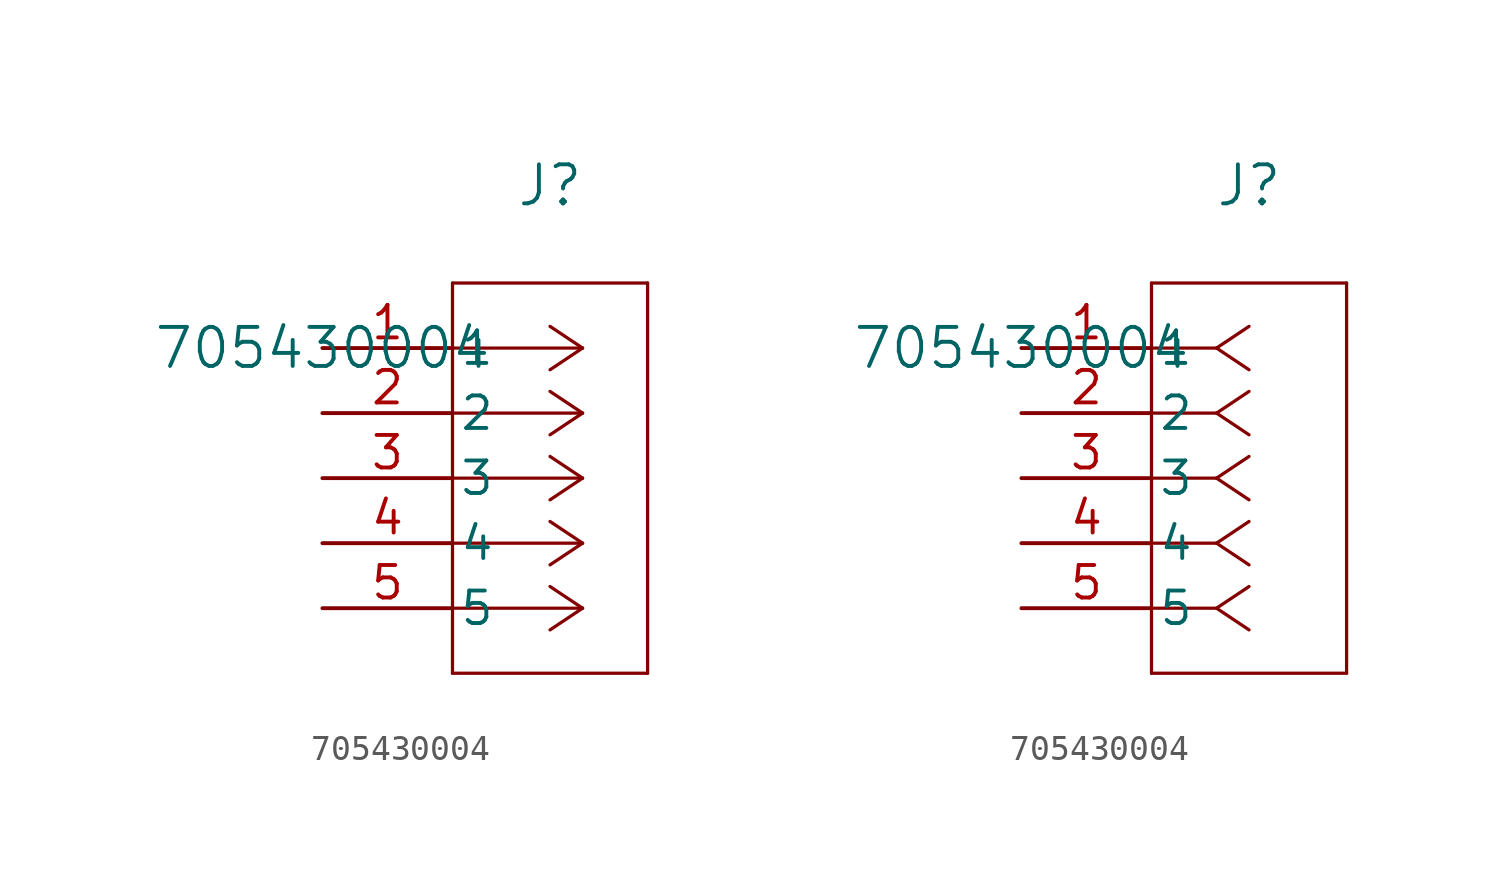
<source format=kicad_sym>
(kicad_symbol_lib
  (version 20211014)
  (generator kicad_symbol_editor)
  (symbol "705430004"
    (pin_names
      (offset 0.254))
    (property "Reference" "J"
      (at 8.89 6.35 0)
      (effects (font (size 1.524 1.524))))
    (property "Value" "705430004"
      (at 0 0 0)
      (effects (font (size 1.524 1.524))))
    (symbol "705430004_1_1"
      (polyline (pts (xy 10.16 0) (xy 5.08 0)) (stroke (width 0.127) (type default) (color 0 0 0 0)) (fill (type none)))
      (polyline (pts (xy 10.16 -2.54) (xy 5.08 -2.54)) (stroke (width 0.127) (type default) (color 0 0 0 0)) (fill (type none)))
      (polyline (pts (xy 10.16 -5.08) (xy 5.08 -5.08)) (stroke (width 0.127) (type default) (color 0 0 0 0)) (fill (type none)))
      (polyline (pts (xy 10.16 -7.62) (xy 5.08 -7.62)) (stroke (width 0.127) (type default) (color 0 0 0 0)) (fill (type none)))
      (polyline (pts (xy 10.16 -10.16) (xy 5.08 -10.16)) (stroke (width 0.127) (type default) (color 0 0 0 0)) (fill (type none)))
      (polyline (pts (xy 10.16 0) (xy 8.89 0.847)) (stroke (width 0.127) (type default) (color 0 0 0 0)) (fill (type none)))
      (polyline (pts (xy 10.16 -2.54) (xy 8.89 -1.693)) (stroke (width 0.127) (type default) (color 0 0 0 0)) (fill (type none)))
      (polyline (pts (xy 10.16 -5.08) (xy 8.89 -4.233)) (stroke (width 0.127) (type default) (color 0 0 0 0)) (fill (type none)))
      (polyline (pts (xy 10.16 -7.62) (xy 8.89 -6.773)) (stroke (width 0.127) (type default) (color 0 0 0 0)) (fill (type none)))
      (polyline (pts (xy 10.16 -10.16) (xy 8.89 -9.313)) (stroke (width 0.127) (type default) (color 0 0 0 0)) (fill (type none)))
      (polyline (pts (xy 10.16 0) (xy 8.89 -0.847)) (stroke (width 0.127) (type default) (color 0 0 0 0)) (fill (type none)))
      (polyline (pts (xy 10.16 -2.54) (xy 8.89 -3.387)) (stroke (width 0.127) (type default) (color 0 0 0 0)) (fill (type none)))
      (polyline (pts (xy 10.16 -5.08) (xy 8.89 -5.927)) (stroke (width 0.127) (type default) (color 0 0 0 0)) (fill (type none)))
      (polyline (pts (xy 10.16 -7.62) (xy 8.89 -8.467)) (stroke (width 0.127) (type default) (color 0 0 0 0)) (fill (type none)))
      (polyline (pts (xy 10.16 -10.16) (xy 8.89 -11.007)) (stroke (width 0.127) (type default) (color 0 0 0 0)) (fill (type none)))
      (polyline (pts (xy 5.08 2.54) (xy 5.08 -12.7)) (stroke (width 0.127) (type default) (color 0 0 0 0)) (fill (type none)))
      (polyline (pts (xy 5.08 -12.7) (xy 12.7 -12.7)) (stroke (width 0.127) (type default) (color 0 0 0 0)) (fill (type none)))
      (polyline (pts (xy 12.7 -12.7) (xy 12.7 2.54)) (stroke (width 0.127) (type default) (color 0 0 0 0)) (fill (type none)))
      (polyline (pts (xy 12.7 2.54) (xy 5.08 2.54)) (stroke (width 0.127) (type default) (color 0 0 0 0)) (fill (type none)))
      (pin unspecified line (at 0 0 0) (length 5.08) (name "1" (effects (font (size 1.27 1.27)))) (number "1" (effects (font (size 1.27 1.27)))))
      (pin unspecified line (at 0 -2.54 0) (length 5.08) (name "2" (effects (font (size 1.27 1.27)))) (number "2" (effects (font (size 1.27 1.27)))))
      (pin unspecified line (at 0 -5.08 0) (length 5.08) (name "3" (effects (font (size 1.27 1.27)))) (number "3" (effects (font (size 1.27 1.27)))))
      (pin unspecified line (at 0 -7.62 0) (length 5.08) (name "4" (effects (font (size 1.27 1.27)))) (number "4" (effects (font (size 1.27 1.27)))))
      (pin unspecified line (at 0 -10.16 0) (length 5.08) (name "5" (effects (font (size 1.27 1.27)))) (number "5" (effects (font (size 1.27 1.27))))))
    (symbol "705430004_1_2"
      (polyline (pts (xy 7.62 0) (xy 5.08 0)) (stroke (width 0.127) (type default) (color 0 0 0 0)) (fill (type none)))
      (polyline (pts (xy 7.62 -2.54) (xy 5.08 -2.54)) (stroke (width 0.127) (type default) (color 0 0 0 0)) (fill (type none)))
      (polyline (pts (xy 7.62 -5.08) (xy 5.08 -5.08)) (stroke (width 0.127) (type default) (color 0 0 0 0)) (fill (type none)))
      (polyline (pts (xy 7.62 -7.62) (xy 5.08 -7.62)) (stroke (width 0.127) (type default) (color 0 0 0 0)) (fill (type none)))
      (polyline (pts (xy 7.62 -10.16) (xy 5.08 -10.16)) (stroke (width 0.127) (type default) (color 0 0 0 0)) (fill (type none)))
      (polyline (pts (xy 7.62 0) (xy 8.89 0.847)) (stroke (width 0.127) (type default) (color 0 0 0 0)) (fill (type none)))
      (polyline (pts (xy 7.62 -2.54) (xy 8.89 -1.693)) (stroke (width 0.127) (type default) (color 0 0 0 0)) (fill (type none)))
      (polyline (pts (xy 7.62 -5.08) (xy 8.89 -4.233)) (stroke (width 0.127) (type default) (color 0 0 0 0)) (fill (type none)))
      (polyline (pts (xy 7.62 -7.62) (xy 8.89 -6.773)) (stroke (width 0.127) (type default) (color 0 0 0 0)) (fill (type none)))
      (polyline (pts (xy 7.62 -10.16) (xy 8.89 -9.313)) (stroke (width 0.127) (type default) (color 0 0 0 0)) (fill (type none)))
      (polyline (pts (xy 7.62 0) (xy 8.89 -0.847)) (stroke (width 0.127) (type default) (color 0 0 0 0)) (fill (type none)))
      (polyline (pts (xy 7.62 -2.54) (xy 8.89 -3.387)) (stroke (width 0.127) (type default) (color 0 0 0 0)) (fill (type none)))
      (polyline (pts (xy 7.62 -5.08) (xy 8.89 -5.927)) (stroke (width 0.127) (type default) (color 0 0 0 0)) (fill (type none)))
      (polyline (pts (xy 7.62 -7.62) (xy 8.89 -8.467)) (stroke (width 0.127) (type default) (color 0 0 0 0)) (fill (type none)))
      (polyline (pts (xy 7.62 -10.16) (xy 8.89 -11.007)) (stroke (width 0.127) (type default) (color 0 0 0 0)) (fill (type none)))
      (polyline (pts (xy 5.08 2.54) (xy 5.08 -12.7)) (stroke (width 0.127) (type default) (color 0 0 0 0)) (fill (type none)))
      (polyline (pts (xy 5.08 -12.7) (xy 12.7 -12.7)) (stroke (width 0.127) (type default) (color 0 0 0 0)) (fill (type none)))
      (polyline (pts (xy 12.7 -12.7) (xy 12.7 2.54)) (stroke (width 0.127) (type default) (color 0 0 0 0)) (fill (type none)))
      (polyline (pts (xy 12.7 2.54) (xy 5.08 2.54)) (stroke (width 0.127) (type default) (color 0 0 0 0)) (fill (type none)))
      (pin unspecified line (at 0 0 0) (length 5.08) (name "1" (effects (font (size 1.27 1.27)))) (number "1" (effects (font (size 1.27 1.27)))))
      (pin unspecified line (at 0 -2.54 0) (length 5.08) (name "2" (effects (font (size 1.27 1.27)))) (number "2" (effects (font (size 1.27 1.27)))))
      (pin unspecified line (at 0 -5.08 0) (length 5.08) (name "3" (effects (font (size 1.27 1.27)))) (number "3" (effects (font (size 1.27 1.27)))))
      (pin unspecified line (at 0 -7.62 0) (length 5.08) (name "4" (effects (font (size 1.27 1.27)))) (number "4" (effects (font (size 1.27 1.27)))))
      (pin unspecified line (at 0 -10.16 0) (length 5.08) (name "5" (effects (font (size 1.27 1.27)))) (number "5" (effects (font (size 1.27 1.27))))))))
</source>
